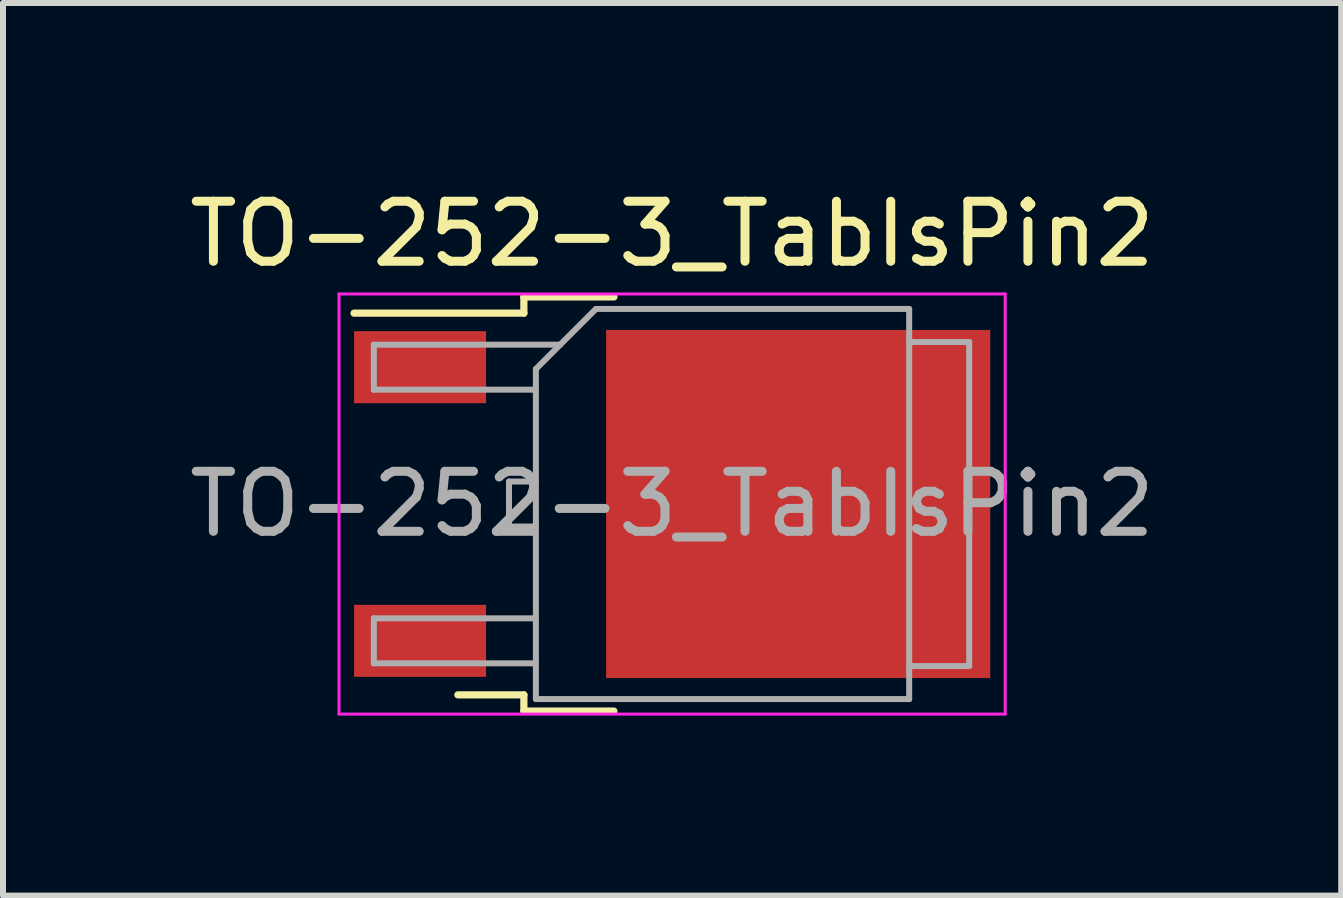
<source format=kicad_pcb>
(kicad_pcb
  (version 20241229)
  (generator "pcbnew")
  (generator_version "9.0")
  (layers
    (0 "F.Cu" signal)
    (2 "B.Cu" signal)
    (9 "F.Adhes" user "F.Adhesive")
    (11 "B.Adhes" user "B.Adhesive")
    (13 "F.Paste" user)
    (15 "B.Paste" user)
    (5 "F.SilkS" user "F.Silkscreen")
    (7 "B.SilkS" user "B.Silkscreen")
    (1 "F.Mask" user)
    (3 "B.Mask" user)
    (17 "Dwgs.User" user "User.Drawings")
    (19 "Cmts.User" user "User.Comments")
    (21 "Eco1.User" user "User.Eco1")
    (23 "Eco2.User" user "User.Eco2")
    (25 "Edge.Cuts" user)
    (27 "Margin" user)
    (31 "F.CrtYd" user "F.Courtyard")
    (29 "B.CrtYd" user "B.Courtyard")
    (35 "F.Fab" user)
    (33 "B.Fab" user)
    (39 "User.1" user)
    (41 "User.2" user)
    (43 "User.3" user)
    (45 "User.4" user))
  (footprint "TO-252-3_TabIsPin2"
    (layer "F.Cu")
    (at 8.149 5.348)
    (property "Reference" "TO-252-3_TabIsPin2" (at 0 -4.5 180) (layer "F.SilkS") (effects (font (size 1 1) (thickness 0.15))))
    (attr smd)
    (fp_line (start -2.47 -3.45) (end -2.47 -3.18) (stroke (width 0.12) (type solid)) (layer "F.SilkS"))
    (fp_line (start -2.47 -3.18) (end -5.3 -3.18) (stroke (width 0.12) (type solid)) (layer "F.SilkS"))
    (fp_line (start -2.47 3.18) (end -3.57 3.18) (stroke (width 0.12) (type solid)) (layer "F.SilkS"))
    (fp_line (start -2.47 3.45) (end -2.47 3.18) (stroke (width 0.12) (type solid)) (layer "F.SilkS"))
    (fp_line (start -0.97 -3.45) (end -2.47 -3.45) (stroke (width 0.12) (type solid)) (layer "F.SilkS"))
    (fp_line (start -0.97 3.45) (end -2.47 3.45) (stroke (width 0.12) (type solid)) (layer "F.SilkS"))
    (fp_line (start -5.55 -3.5) (end -5.55 3.5) (stroke (width 0.05) (type solid)) (layer "F.CrtYd"))
    (fp_line (start -5.55 3.5) (end 5.55 3.5) (stroke (width 0.05) (type solid)) (layer "F.CrtYd"))
    (fp_line (start 5.55 -3.5) (end -5.55 -3.5) (stroke (width 0.05) (type solid)) (layer "F.CrtYd"))
    (fp_line (start 5.55 3.5) (end 5.55 -3.5) (stroke (width 0.05) (type solid)) (layer "F.CrtYd"))
    (fp_line (start -4.97 -2.655) (end -4.97 -1.905) (stroke (width 0.1) (type solid)) (layer "F.Fab"))
    (fp_line (start -4.97 -1.905) (end -2.27 -1.905) (stroke (width 0.1) (type solid)) (layer "F.Fab"))
    (fp_line (start -4.97 1.905) (end -4.97 2.655) (stroke (width 0.1) (type solid)) (layer "F.Fab"))
    (fp_line (start -4.97 2.655) (end -2.27 2.655) (stroke (width 0.1) (type solid)) (layer "F.Fab"))
    (fp_line (start -2.718 -0.375) (end -2.718 0.375) (stroke (width 0.1) (type solid)) (layer "F.Fab"))
    (fp_line (start -2.718 0.375) (end -2.27 0.375) (stroke (width 0.1) (type solid)) (layer "F.Fab"))
    (fp_line (start -2.27 -2.25) (end -1.27 -3.25) (stroke (width 0.1) (type solid)) (layer "F.Fab"))
    (fp_line (start -2.27 -0.375) (end -2.718 -0.375) (stroke (width 0.1) (type solid)) (layer "F.Fab"))
    (fp_line (start -2.27 1.905) (end -4.97 1.905) (stroke (width 0.1) (type solid)) (layer "F.Fab"))
    (fp_line (start -2.27 3.25) (end -2.27 -2.25) (stroke (width 0.1) (type solid)) (layer "F.Fab"))
    (fp_line (start -1.865 -2.655) (end -4.97 -2.655) (stroke (width 0.1) (type solid)) (layer "F.Fab"))
    (fp_line (start -1.27 -3.25) (end 3.95 -3.25) (stroke (width 0.1) (type solid)) (layer "F.Fab"))
    (fp_line (start 3.95 -3.25) (end 3.95 3.25) (stroke (width 0.1) (type solid)) (layer "F.Fab"))
    (fp_line (start 3.95 -2.7) (end 4.95 -2.7) (stroke (width 0.1) (type solid)) (layer "F.Fab"))
    (fp_line (start 3.95 3.25) (end -2.27 3.25) (stroke (width 0.1) (type solid)) (layer "F.Fab"))
    (fp_line (start 4.95 -2.7) (end 4.95 2.7) (stroke (width 0.1) (type solid)) (layer "F.Fab"))
    (fp_line (start 4.95 2.7) (end 3.95 2.7) (stroke (width 0.1) (type solid)) (layer "F.Fab"))
    (fp_text user "${REFERENCE}" (at 0 0 180) (layer "F.Fab") (effects (font (size 1 1) (thickness 0.15))))
    (pad "" smd rect (at 0.425 -1.525) (size 3.05 2.75) (layers "F.Paste"))
    (pad "" smd rect (at 0.425 1.525) (size 3.05 2.75) (layers "F.Paste"))
    (pad "" smd rect (at 3.775 -1.525) (size 3.05 2.75) (layers "F.Paste"))
    (pad "" smd rect (at 3.775 1.525) (size 3.05 2.75) (layers "F.Paste"))
    (pad "1" smd rect (at -4.2 -2.28) (size 2.2 1.2) (layers "F.Cu" "F.Mask" "F.Paste"))
    (pad "2" smd rect (at 2.1 0) (size 6.4 5.8) (layers "F.Cu" "F.Mask"))
    (pad "3" smd rect (at -4.2 2.28) (size 2.2 1.2) (layers "F.Cu" "F.Mask" "F.Paste")))
  (gr_rect
    (start -3 -3)
    (end 19.298 11.873)
    (stroke (width 0.1) (type default))
    (fill no)
    (layer "Edge.Cuts")))
</source>
